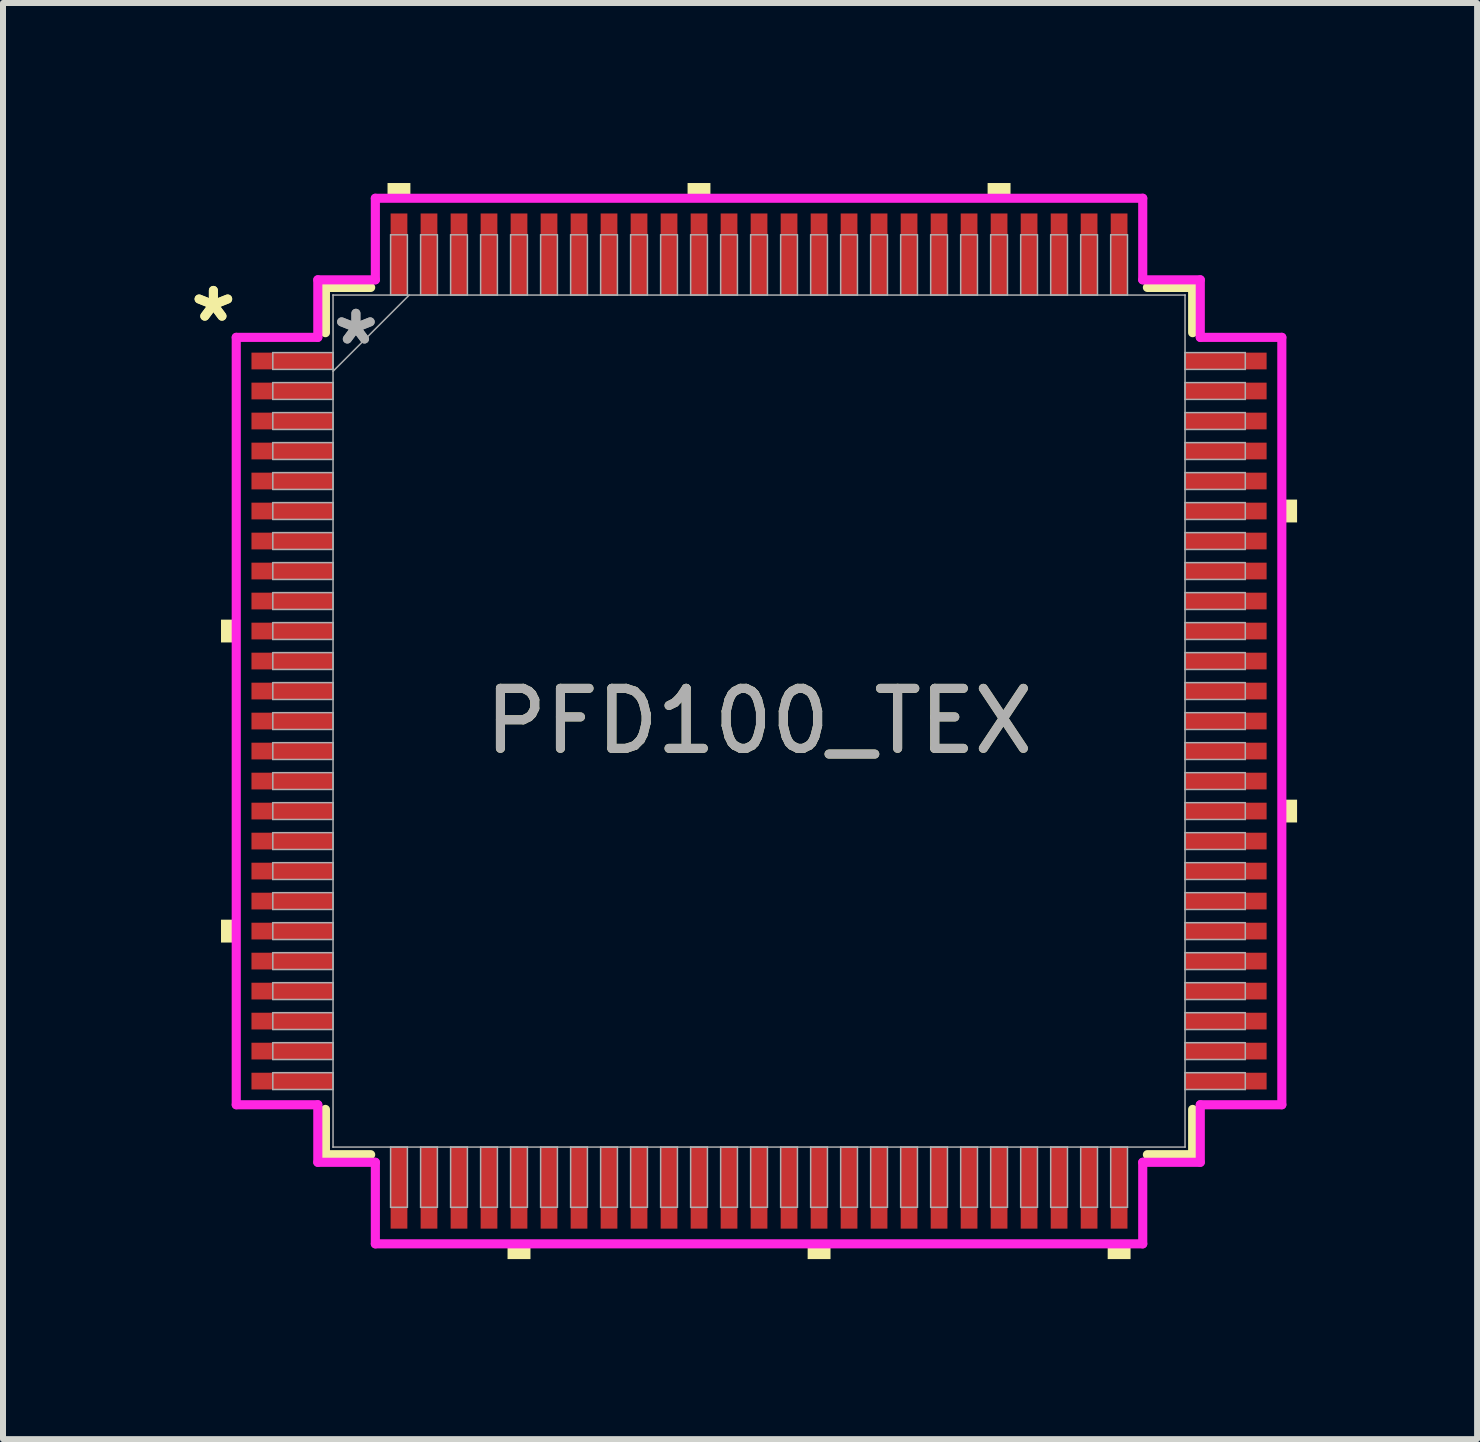
<source format=kicad_pcb>
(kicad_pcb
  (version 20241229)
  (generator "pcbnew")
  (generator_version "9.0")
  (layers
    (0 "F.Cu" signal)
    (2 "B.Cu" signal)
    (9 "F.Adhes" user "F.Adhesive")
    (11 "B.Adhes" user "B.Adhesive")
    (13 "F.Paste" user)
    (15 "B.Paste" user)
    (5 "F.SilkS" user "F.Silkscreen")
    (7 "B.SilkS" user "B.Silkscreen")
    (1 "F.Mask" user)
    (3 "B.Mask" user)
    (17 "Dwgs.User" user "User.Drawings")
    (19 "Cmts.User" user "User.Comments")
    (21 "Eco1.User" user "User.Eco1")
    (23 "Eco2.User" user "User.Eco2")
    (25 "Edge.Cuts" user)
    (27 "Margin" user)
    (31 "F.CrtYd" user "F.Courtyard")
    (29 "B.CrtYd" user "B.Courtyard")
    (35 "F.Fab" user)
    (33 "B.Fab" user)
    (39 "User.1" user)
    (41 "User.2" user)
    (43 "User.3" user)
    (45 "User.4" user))
  (footprint "PFD100_TEX"
    (layer "F.Cu")
    (at 9.599 8.966)
    (property "Reference" "PFD100_TEX" (at 0 0 0) (unlocked yes) (layer "F.SilkS") (effects (font (size 1 1) (thickness 0.15))))
    (attr smd)
    (fp_line (start -7.226 -7.226) (end -7.226 -6.472) (stroke (width 0.152) (type solid)) (layer "F.SilkS"))
    (fp_line (start -7.226 6.472) (end -7.226 7.226) (stroke (width 0.152) (type solid)) (layer "F.SilkS"))
    (fp_line (start -7.226 7.226) (end -6.472 7.226) (stroke (width 0.152) (type solid)) (layer "F.SilkS"))
    (fp_line (start -6.472 -7.226) (end -7.226 -7.226) (stroke (width 0.152) (type solid)) (layer "F.SilkS"))
    (fp_line (start 6.472 7.226) (end 7.226 7.226) (stroke (width 0.152) (type solid)) (layer "F.SilkS"))
    (fp_line (start 7.226 -7.226) (end 6.472 -7.226) (stroke (width 0.152) (type solid)) (layer "F.SilkS"))
    (fp_line (start 7.226 -6.472) (end 7.226 -7.226) (stroke (width 0.152) (type solid)) (layer "F.SilkS"))
    (fp_line (start 7.226 7.226) (end 7.226 6.472) (stroke (width 0.152) (type solid)) (layer "F.SilkS"))
    (fp_poly (pts (xy -8.966 -1.69) (xy -8.966 -1.31) (xy -8.712 -1.31) (xy -8.712 -1.69)) (stroke (width 0) (type solid)) (fill yes) (layer "F.SilkS"))
    (fp_poly (pts (xy -8.966 3.31) (xy -8.966 3.691) (xy -8.712 3.691) (xy -8.712 3.31)) (stroke (width 0) (type solid)) (fill yes) (layer "F.SilkS"))
    (fp_poly (pts (xy -6.191 -8.712) (xy -6.191 -8.966) (xy -5.81 -8.966) (xy -5.81 -8.712)) (stroke (width 0) (type solid)) (fill yes) (layer "F.SilkS"))
    (fp_poly (pts (xy -4.191 8.712) (xy -4.191 8.966) (xy -3.809 8.966) (xy -3.809 8.712)) (stroke (width 0) (type solid)) (fill yes) (layer "F.SilkS"))
    (fp_poly (pts (xy -1.191 -8.712) (xy -1.191 -8.966) (xy -0.81 -8.966) (xy -0.81 -8.712)) (stroke (width 0) (type solid)) (fill yes) (layer "F.SilkS"))
    (fp_poly (pts (xy 0.81 8.712) (xy 0.81 8.966) (xy 1.191 8.966) (xy 1.191 8.712)) (stroke (width 0) (type solid)) (fill yes) (layer "F.SilkS"))
    (fp_poly (pts (xy 3.809 -8.712) (xy 3.809 -8.966) (xy 4.191 -8.966) (xy 4.191 -8.712)) (stroke (width 0) (type solid)) (fill yes) (layer "F.SilkS"))
    (fp_poly (pts (xy 5.81 8.712) (xy 5.81 8.966) (xy 6.191 8.966) (xy 6.191 8.712)) (stroke (width 0) (type solid)) (fill yes) (layer "F.SilkS"))
    (fp_poly (pts (xy 8.966 -3.691) (xy 8.966 -3.31) (xy 8.712 -3.31) (xy 8.712 -3.691)) (stroke (width 0) (type solid)) (fill yes) (layer "F.SilkS"))
    (fp_poly (pts (xy 8.966 1.31) (xy 8.966 1.69) (xy 8.712 1.69) (xy 8.712 1.31)) (stroke (width 0) (type solid)) (fill yes) (layer "F.SilkS"))
    (fp_line (start -8.712 -6.394) (end -7.353 -6.394) (stroke (width 0.152) (type solid)) (layer "F.CrtYd"))
    (fp_line (start -8.712 6.394) (end -8.712 -6.394) (stroke (width 0.152) (type solid)) (layer "F.CrtYd"))
    (fp_line (start -7.353 -7.353) (end -6.394 -7.353) (stroke (width 0.152) (type solid)) (layer "F.CrtYd"))
    (fp_line (start -7.353 -6.394) (end -7.353 -7.353) (stroke (width 0.152) (type solid)) (layer "F.CrtYd"))
    (fp_line (start -7.353 6.394) (end -8.712 6.394) (stroke (width 0.152) (type solid)) (layer "F.CrtYd"))
    (fp_line (start -7.353 7.353) (end -7.353 6.394) (stroke (width 0.152) (type solid)) (layer "F.CrtYd"))
    (fp_line (start -7.353 7.353) (end -6.394 7.353) (stroke (width 0.152) (type solid)) (layer "F.CrtYd"))
    (fp_line (start -6.394 -8.712) (end 6.394 -8.712) (stroke (width 0.152) (type solid)) (layer "F.CrtYd"))
    (fp_line (start -6.394 -7.353) (end -6.394 -8.712) (stroke (width 0.152) (type solid)) (layer "F.CrtYd"))
    (fp_line (start -6.394 7.353) (end -6.394 8.712) (stroke (width 0.152) (type solid)) (layer "F.CrtYd"))
    (fp_line (start -6.394 8.712) (end 6.394 8.712) (stroke (width 0.152) (type solid)) (layer "F.CrtYd"))
    (fp_line (start 6.394 -8.712) (end 6.394 -7.353) (stroke (width 0.152) (type solid)) (layer "F.CrtYd"))
    (fp_line (start 6.394 -7.353) (end 7.353 -7.353) (stroke (width 0.152) (type solid)) (layer "F.CrtYd"))
    (fp_line (start 6.394 7.353) (end 7.353 7.353) (stroke (width 0.152) (type solid)) (layer "F.CrtYd"))
    (fp_line (start 6.394 8.712) (end 6.394 7.353) (stroke (width 0.152) (type solid)) (layer "F.CrtYd"))
    (fp_line (start 7.353 -6.394) (end 7.353 -7.353) (stroke (width 0.152) (type solid)) (layer "F.CrtYd"))
    (fp_line (start 7.353 6.394) (end 8.712 6.394) (stroke (width 0.152) (type solid)) (layer "F.CrtYd"))
    (fp_line (start 7.353 7.353) (end 7.353 6.394) (stroke (width 0.152) (type solid)) (layer "F.CrtYd"))
    (fp_line (start 8.712 -6.394) (end 7.353 -6.394) (stroke (width 0.152) (type solid)) (layer "F.CrtYd"))
    (fp_line (start 8.712 6.394) (end 8.712 -6.394) (stroke (width 0.152) (type solid)) (layer "F.CrtYd"))
    (fp_line (start -8.103 -6.14) (end -8.103 -5.86) (stroke (width 0.025) (type solid)) (layer "F.Fab"))
    (fp_line (start -8.103 -5.86) (end -7.099 -5.86) (stroke (width 0.025) (type solid)) (layer "F.Fab"))
    (fp_line (start -8.103 -5.64) (end -8.103 -5.36) (stroke (width 0.025) (type solid)) (layer "F.Fab"))
    (fp_line (start -8.103 -5.36) (end -7.099 -5.36) (stroke (width 0.025) (type solid)) (layer "F.Fab"))
    (fp_line (start -8.103 -5.14) (end -8.103 -4.86) (stroke (width 0.025) (type solid)) (layer "F.Fab"))
    (fp_line (start -8.103 -4.86) (end -7.099 -4.86) (stroke (width 0.025) (type solid)) (layer "F.Fab"))
    (fp_line (start -8.103 -4.64) (end -8.103 -4.36) (stroke (width 0.025) (type solid)) (layer "F.Fab"))
    (fp_line (start -8.103 -4.36) (end -7.099 -4.36) (stroke (width 0.025) (type solid)) (layer "F.Fab"))
    (fp_line (start -8.103 -4.14) (end -8.103 -3.86) (stroke (width 0.025) (type solid)) (layer "F.Fab"))
    (fp_line (start -8.103 -3.86) (end -7.099 -3.86) (stroke (width 0.025) (type solid)) (layer "F.Fab"))
    (fp_line (start -8.103 -3.64) (end -8.103 -3.36) (stroke (width 0.025) (type solid)) (layer "F.Fab"))
    (fp_line (start -8.103 -3.36) (end -7.099 -3.36) (stroke (width 0.025) (type solid)) (layer "F.Fab"))
    (fp_line (start -8.103 -3.14) (end -8.103 -2.86) (stroke (width 0.025) (type solid)) (layer "F.Fab"))
    (fp_line (start -8.103 -2.86) (end -7.099 -2.86) (stroke (width 0.025) (type solid)) (layer "F.Fab"))
    (fp_line (start -8.103 -2.64) (end -8.103 -2.36) (stroke (width 0.025) (type solid)) (layer "F.Fab"))
    (fp_line (start -8.103 -2.36) (end -7.099 -2.36) (stroke (width 0.025) (type solid)) (layer "F.Fab"))
    (fp_line (start -8.103 -2.14) (end -8.103 -1.86) (stroke (width 0.025) (type solid)) (layer "F.Fab"))
    (fp_line (start -8.103 -1.86) (end -7.099 -1.86) (stroke (width 0.025) (type solid)) (layer "F.Fab"))
    (fp_line (start -8.103 -1.64) (end -8.103 -1.36) (stroke (width 0.025) (type solid)) (layer "F.Fab"))
    (fp_line (start -8.103 -1.36) (end -7.099 -1.36) (stroke (width 0.025) (type solid)) (layer "F.Fab"))
    (fp_line (start -8.103 -1.14) (end -8.103 -0.86) (stroke (width 0.025) (type solid)) (layer "F.Fab"))
    (fp_line (start -8.103 -0.86) (end -7.099 -0.86) (stroke (width 0.025) (type solid)) (layer "F.Fab"))
    (fp_line (start -8.103 -0.64) (end -8.103 -0.36) (stroke (width 0.025) (type solid)) (layer "F.Fab"))
    (fp_line (start -8.103 -0.36) (end -7.099 -0.36) (stroke (width 0.025) (type solid)) (layer "F.Fab"))
    (fp_line (start -8.103 -0.14) (end -8.103 0.14) (stroke (width 0.025) (type solid)) (layer "F.Fab"))
    (fp_line (start -8.103 0.14) (end -7.099 0.14) (stroke (width 0.025) (type solid)) (layer "F.Fab"))
    (fp_line (start -8.103 0.36) (end -8.103 0.64) (stroke (width 0.025) (type solid)) (layer "F.Fab"))
    (fp_line (start -8.103 0.64) (end -7.099 0.64) (stroke (width 0.025) (type solid)) (layer "F.Fab"))
    (fp_line (start -8.103 0.86) (end -8.103 1.14) (stroke (width 0.025) (type solid)) (layer "F.Fab"))
    (fp_line (start -8.103 1.14) (end -7.099 1.14) (stroke (width 0.025) (type solid)) (layer "F.Fab"))
    (fp_line (start -8.103 1.36) (end -8.103 1.64) (stroke (width 0.025) (type solid)) (layer "F.Fab"))
    (fp_line (start -8.103 1.64) (end -7.099 1.64) (stroke (width 0.025) (type solid)) (layer "F.Fab"))
    (fp_line (start -8.103 1.86) (end -8.103 2.14) (stroke (width 0.025) (type solid)) (layer "F.Fab"))
    (fp_line (start -8.103 2.14) (end -7.099 2.14) (stroke (width 0.025) (type solid)) (layer "F.Fab"))
    (fp_line (start -8.103 2.36) (end -8.103 2.64) (stroke (width 0.025) (type solid)) (layer "F.Fab"))
    (fp_line (start -8.103 2.64) (end -7.099 2.64) (stroke (width 0.025) (type solid)) (layer "F.Fab"))
    (fp_line (start -8.103 2.86) (end -8.103 3.14) (stroke (width 0.025) (type solid)) (layer "F.Fab"))
    (fp_line (start -8.103 3.14) (end -7.099 3.14) (stroke (width 0.025) (type solid)) (layer "F.Fab"))
    (fp_line (start -8.103 3.36) (end -8.103 3.64) (stroke (width 0.025) (type solid)) (layer "F.Fab"))
    (fp_line (start -8.103 3.64) (end -7.099 3.64) (stroke (width 0.025) (type solid)) (layer "F.Fab"))
    (fp_line (start -8.103 3.86) (end -8.103 4.14) (stroke (width 0.025) (type solid)) (layer "F.Fab"))
    (fp_line (start -8.103 4.14) (end -7.099 4.14) (stroke (width 0.025) (type solid)) (layer "F.Fab"))
    (fp_line (start -8.103 4.36) (end -8.103 4.64) (stroke (width 0.025) (type solid)) (layer "F.Fab"))
    (fp_line (start -8.103 4.64) (end -7.099 4.64) (stroke (width 0.025) (type solid)) (layer "F.Fab"))
    (fp_line (start -8.103 4.86) (end -8.103 5.14) (stroke (width 0.025) (type solid)) (layer "F.Fab"))
    (fp_line (start -8.103 5.14) (end -7.099 5.14) (stroke (width 0.025) (type solid)) (layer "F.Fab"))
    (fp_line (start -8.103 5.36) (end -8.103 5.64) (stroke (width 0.025) (type solid)) (layer "F.Fab"))
    (fp_line (start -8.103 5.64) (end -7.099 5.64) (stroke (width 0.025) (type solid)) (layer "F.Fab"))
    (fp_line (start -8.103 5.86) (end -8.103 6.14) (stroke (width 0.025) (type solid)) (layer "F.Fab"))
    (fp_line (start -8.103 6.14) (end -7.099 6.14) (stroke (width 0.025) (type solid)) (layer "F.Fab"))
    (fp_line (start -7.099 -7.099) (end -7.099 -7.099) (stroke (width 0.025) (type solid)) (layer "F.Fab"))
    (fp_line (start -7.099 -7.099) (end -7.099 7.099) (stroke (width 0.025) (type solid)) (layer "F.Fab"))
    (fp_line (start -7.099 -6.14) (end -8.103 -6.14) (stroke (width 0.025) (type solid)) (layer "F.Fab"))
    (fp_line (start -7.099 -5.86) (end -7.099 -6.14) (stroke (width 0.025) (type solid)) (layer "F.Fab"))
    (fp_line (start -7.099 -5.829) (end -5.829 -7.099) (stroke (width 0.025) (type solid)) (layer "F.Fab"))
    (fp_line (start -7.099 -5.64) (end -8.103 -5.64) (stroke (width 0.025) (type solid)) (layer "F.Fab"))
    (fp_line (start -7.099 -5.36) (end -7.099 -5.64) (stroke (width 0.025) (type solid)) (layer "F.Fab"))
    (fp_line (start -7.099 -5.14) (end -8.103 -5.14) (stroke (width 0.025) (type solid)) (layer "F.Fab"))
    (fp_line (start -7.099 -4.86) (end -7.099 -5.14) (stroke (width 0.025) (type solid)) (layer "F.Fab"))
    (fp_line (start -7.099 -4.64) (end -8.103 -4.64) (stroke (width 0.025) (type solid)) (layer "F.Fab"))
    (fp_line (start -7.099 -4.36) (end -7.099 -4.64) (stroke (width 0.025) (type solid)) (layer "F.Fab"))
    (fp_line (start -7.099 -4.14) (end -8.103 -4.14) (stroke (width 0.025) (type solid)) (layer "F.Fab"))
    (fp_line (start -7.099 -3.86) (end -7.099 -4.14) (stroke (width 0.025) (type solid)) (layer "F.Fab"))
    (fp_line (start -7.099 -3.64) (end -8.103 -3.64) (stroke (width 0.025) (type solid)) (layer "F.Fab"))
    (fp_line (start -7.099 -3.36) (end -7.099 -3.64) (stroke (width 0.025) (type solid)) (layer "F.Fab"))
    (fp_line (start -7.099 -3.14) (end -8.103 -3.14) (stroke (width 0.025) (type solid)) (layer "F.Fab"))
    (fp_line (start -7.099 -2.86) (end -7.099 -3.14) (stroke (width 0.025) (type solid)) (layer "F.Fab"))
    (fp_line (start -7.099 -2.64) (end -8.103 -2.64) (stroke (width 0.025) (type solid)) (layer "F.Fab"))
    (fp_line (start -7.099 -2.36) (end -7.099 -2.64) (stroke (width 0.025) (type solid)) (layer "F.Fab"))
    (fp_line (start -7.099 -2.14) (end -8.103 -2.14) (stroke (width 0.025) (type solid)) (layer "F.Fab"))
    (fp_line (start -7.099 -1.86) (end -7.099 -2.14) (stroke (width 0.025) (type solid)) (layer "F.Fab"))
    (fp_line (start -7.099 -1.64) (end -8.103 -1.64) (stroke (width 0.025) (type solid)) (layer "F.Fab"))
    (fp_line (start -7.099 -1.36) (end -7.099 -1.64) (stroke (width 0.025) (type solid)) (layer "F.Fab"))
    (fp_line (start -7.099 -1.14) (end -8.103 -1.14) (stroke (width 0.025) (type solid)) (layer "F.Fab"))
    (fp_line (start -7.099 -0.86) (end -7.099 -1.14) (stroke (width 0.025) (type solid)) (layer "F.Fab"))
    (fp_line (start -7.099 -0.64) (end -8.103 -0.64) (stroke (width 0.025) (type solid)) (layer "F.Fab"))
    (fp_line (start -7.099 -0.36) (end -7.099 -0.64) (stroke (width 0.025) (type solid)) (layer "F.Fab"))
    (fp_line (start -7.099 -0.14) (end -8.103 -0.14) (stroke (width 0.025) (type solid)) (layer "F.Fab"))
    (fp_line (start -7.099 0.14) (end -7.099 -0.14) (stroke (width 0.025) (type solid)) (layer "F.Fab"))
    (fp_line (start -7.099 0.36) (end -8.103 0.36) (stroke (width 0.025) (type solid)) (layer "F.Fab"))
    (fp_line (start -7.099 0.64) (end -7.099 0.36) (stroke (width 0.025) (type solid)) (layer "F.Fab"))
    (fp_line (start -7.099 0.86) (end -8.103 0.86) (stroke (width 0.025) (type solid)) (layer "F.Fab"))
    (fp_line (start -7.099 1.14) (end -7.099 0.86) (stroke (width 0.025) (type solid)) (layer "F.Fab"))
    (fp_line (start -7.099 1.36) (end -8.103 1.36) (stroke (width 0.025) (type solid)) (layer "F.Fab"))
    (fp_line (start -7.099 1.64) (end -7.099 1.36) (stroke (width 0.025) (type solid)) (layer "F.Fab"))
    (fp_line (start -7.099 1.86) (end -8.103 1.86) (stroke (width 0.025) (type solid)) (layer "F.Fab"))
    (fp_line (start -7.099 2.14) (end -7.099 1.86) (stroke (width 0.025) (type solid)) (layer "F.Fab"))
    (fp_line (start -7.099 2.36) (end -8.103 2.36) (stroke (width 0.025) (type solid)) (layer "F.Fab"))
    (fp_line (start -7.099 2.64) (end -7.099 2.36) (stroke (width 0.025) (type solid)) (layer "F.Fab"))
    (fp_line (start -7.099 2.86) (end -8.103 2.86) (stroke (width 0.025) (type solid)) (layer "F.Fab"))
    (fp_line (start -7.099 3.14) (end -7.099 2.86) (stroke (width 0.025) (type solid)) (layer "F.Fab"))
    (fp_line (start -7.099 3.36) (end -8.103 3.36) (stroke (width 0.025) (type solid)) (layer "F.Fab"))
    (fp_line (start -7.099 3.64) (end -7.099 3.36) (stroke (width 0.025) (type solid)) (layer "F.Fab"))
    (fp_line (start -7.099 3.86) (end -8.103 3.86) (stroke (width 0.025) (type solid)) (layer "F.Fab"))
    (fp_line (start -7.099 4.14) (end -7.099 3.86) (stroke (width 0.025) (type solid)) (layer "F.Fab"))
    (fp_line (start -7.099 4.36) (end -8.103 4.36) (stroke (width 0.025) (type solid)) (layer "F.Fab"))
    (fp_line (start -7.099 4.64) (end -7.099 4.36) (stroke (width 0.025) (type solid)) (layer "F.Fab"))
    (fp_line (start -7.099 4.86) (end -8.103 4.86) (stroke (width 0.025) (type solid)) (layer "F.Fab"))
    (fp_line (start -7.099 5.14) (end -7.099 4.86) (stroke (width 0.025) (type solid)) (layer "F.Fab"))
    (fp_line (start -7.099 5.36) (end -8.103 5.36) (stroke (width 0.025) (type solid)) (layer "F.Fab"))
    (fp_line (start -7.099 5.64) (end -7.099 5.36) (stroke (width 0.025) (type solid)) (layer "F.Fab"))
    (fp_line (start -7.099 5.86) (end -8.103 5.86) (stroke (width 0.025) (type solid)) (layer "F.Fab"))
    (fp_line (start -7.099 6.14) (end -7.099 5.86) (stroke (width 0.025) (type solid)) (layer "F.Fab"))
    (fp_line (start -7.099 7.099) (end -7.099 7.099) (stroke (width 0.025) (type solid)) (layer "F.Fab"))
    (fp_line (start -7.099 7.099) (end 7.099 7.099) (stroke (width 0.025) (type solid)) (layer "F.Fab"))
    (fp_line (start -6.14 -8.103) (end -6.14 -7.099) (stroke (width 0.025) (type solid)) (layer "F.Fab"))
    (fp_line (start -6.14 -7.099) (end -5.86 -7.099) (stroke (width 0.025) (type solid)) (layer "F.Fab"))
    (fp_line (start -6.14 7.099) (end -6.14 8.103) (stroke (width 0.025) (type solid)) (layer "F.Fab"))
    (fp_line (start -6.14 8.103) (end -5.86 8.103) (stroke (width 0.025) (type solid)) (layer "F.Fab"))
    (fp_line (start -5.86 -8.103) (end -6.14 -8.103) (stroke (width 0.025) (type solid)) (layer "F.Fab"))
    (fp_line (start -5.86 -7.099) (end -5.86 -8.103) (stroke (width 0.025) (type solid)) (layer "F.Fab"))
    (fp_line (start -5.86 7.099) (end -6.14 7.099) (stroke (width 0.025) (type solid)) (layer "F.Fab"))
    (fp_line (start -5.86 8.103) (end -5.86 7.099) (stroke (width 0.025) (type solid)) (layer "F.Fab"))
    (fp_line (start -5.64 -8.103) (end -5.64 -7.099) (stroke (width 0.025) (type solid)) (layer "F.Fab"))
    (fp_line (start -5.64 -7.099) (end -5.36 -7.099) (stroke (width 0.025) (type solid)) (layer "F.Fab"))
    (fp_line (start -5.64 7.099) (end -5.64 8.103) (stroke (width 0.025) (type solid)) (layer "F.Fab"))
    (fp_line (start -5.64 8.103) (end -5.36 8.103) (stroke (width 0.025) (type solid)) (layer "F.Fab"))
    (fp_line (start -5.36 -8.103) (end -5.64 -8.103) (stroke (width 0.025) (type solid)) (layer "F.Fab"))
    (fp_line (start -5.36 -7.099) (end -5.36 -8.103) (stroke (width 0.025) (type solid)) (layer "F.Fab"))
    (fp_line (start -5.36 7.099) (end -5.64 7.099) (stroke (width 0.025) (type solid)) (layer "F.Fab"))
    (fp_line (start -5.36 8.103) (end -5.36 7.099) (stroke (width 0.025) (type solid)) (layer "F.Fab"))
    (fp_line (start -5.14 -8.103) (end -5.14 -7.099) (stroke (width 0.025) (type solid)) (layer "F.Fab"))
    (fp_line (start -5.14 -7.099) (end -4.86 -7.099) (stroke (width 0.025) (type solid)) (layer "F.Fab"))
    (fp_line (start -5.14 7.099) (end -5.14 8.103) (stroke (width 0.025) (type solid)) (layer "F.Fab"))
    (fp_line (start -5.14 8.103) (end -4.86 8.103) (stroke (width 0.025) (type solid)) (layer "F.Fab"))
    (fp_line (start -4.86 -8.103) (end -5.14 -8.103) (stroke (width 0.025) (type solid)) (layer "F.Fab"))
    (fp_line (start -4.86 -7.099) (end -4.86 -8.103) (stroke (width 0.025) (type solid)) (layer "F.Fab"))
    (fp_line (start -4.86 7.099) (end -5.14 7.099) (stroke (width 0.025) (type solid)) (layer "F.Fab"))
    (fp_line (start -4.86 8.103) (end -4.86 7.099) (stroke (width 0.025) (type solid)) (layer "F.Fab"))
    (fp_line (start -4.64 -8.103) (end -4.64 -7.099) (stroke (width 0.025) (type solid)) (layer "F.Fab"))
    (fp_line (start -4.64 -7.099) (end -4.36 -7.099) (stroke (width 0.025) (type solid)) (layer "F.Fab"))
    (fp_line (start -4.64 7.099) (end -4.64 8.103) (stroke (width 0.025) (type solid)) (layer "F.Fab"))
    (fp_line (start -4.64 8.103) (end -4.36 8.103) (stroke (width 0.025) (type solid)) (layer "F.Fab"))
    (fp_line (start -4.36 -8.103) (end -4.64 -8.103) (stroke (width 0.025) (type solid)) (layer "F.Fab"))
    (fp_line (start -4.36 -7.099) (end -4.36 -8.103) (stroke (width 0.025) (type solid)) (layer "F.Fab"))
    (fp_line (start -4.36 7.099) (end -4.64 7.099) (stroke (width 0.025) (type solid)) (layer "F.Fab"))
    (fp_line (start -4.36 8.103) (end -4.36 7.099) (stroke (width 0.025) (type solid)) (layer "F.Fab"))
    (fp_line (start -4.14 -8.103) (end -4.14 -7.099) (stroke (width 0.025) (type solid)) (layer "F.Fab"))
    (fp_line (start -4.14 -7.099) (end -3.86 -7.099) (stroke (width 0.025) (type solid)) (layer "F.Fab"))
    (fp_line (start -4.14 7.099) (end -4.14 8.103) (stroke (width 0.025) (type solid)) (layer "F.Fab"))
    (fp_line (start -4.14 8.103) (end -3.86 8.103) (stroke (width 0.025) (type solid)) (layer "F.Fab"))
    (fp_line (start -3.86 -8.103) (end -4.14 -8.103) (stroke (width 0.025) (type solid)) (layer "F.Fab"))
    (fp_line (start -3.86 -7.099) (end -3.86 -8.103) (stroke (width 0.025) (type solid)) (layer "F.Fab"))
    (fp_line (start -3.86 7.099) (end -4.14 7.099) (stroke (width 0.025) (type solid)) (layer "F.Fab"))
    (fp_line (start -3.86 8.103) (end -3.86 7.099) (stroke (width 0.025) (type solid)) (layer "F.Fab"))
    (fp_line (start -3.64 -8.103) (end -3.64 -7.099) (stroke (width 0.025) (type solid)) (layer "F.Fab"))
    (fp_line (start -3.64 -7.099) (end -3.36 -7.099) (stroke (width 0.025) (type solid)) (layer "F.Fab"))
    (fp_line (start -3.64 7.099) (end -3.64 8.103) (stroke (width 0.025) (type solid)) (layer "F.Fab"))
    (fp_line (start -3.64 8.103) (end -3.36 8.103) (stroke (width 0.025) (type solid)) (layer "F.Fab"))
    (fp_line (start -3.36 -8.103) (end -3.64 -8.103) (stroke (width 0.025) (type solid)) (layer "F.Fab"))
    (fp_line (start -3.36 -7.099) (end -3.36 -8.103) (stroke (width 0.025) (type solid)) (layer "F.Fab"))
    (fp_line (start -3.36 7.099) (end -3.64 7.099) (stroke (width 0.025) (type solid)) (layer "F.Fab"))
    (fp_line (start -3.36 8.103) (end -3.36 7.099) (stroke (width 0.025) (type solid)) (layer "F.Fab"))
    (fp_line (start -3.14 -8.103) (end -3.14 -7.099) (stroke (width 0.025) (type solid)) (layer "F.Fab"))
    (fp_line (start -3.14 -7.099) (end -2.86 -7.099) (stroke (width 0.025) (type solid)) (layer "F.Fab"))
    (fp_line (start -3.14 7.099) (end -3.14 8.103) (stroke (width 0.025) (type solid)) (layer "F.Fab"))
    (fp_line (start -3.14 8.103) (end -2.86 8.103) (stroke (width 0.025) (type solid)) (layer "F.Fab"))
    (fp_line (start -2.86 -8.103) (end -3.14 -8.103) (stroke (width 0.025) (type solid)) (layer "F.Fab"))
    (fp_line (start -2.86 -7.099) (end -2.86 -8.103) (stroke (width 0.025) (type solid)) (layer "F.Fab"))
    (fp_line (start -2.86 7.099) (end -3.14 7.099) (stroke (width 0.025) (type solid)) (layer "F.Fab"))
    (fp_line (start -2.86 8.103) (end -2.86 7.099) (stroke (width 0.025) (type solid)) (layer "F.Fab"))
    (fp_line (start -2.64 -8.103) (end -2.64 -7.099) (stroke (width 0.025) (type solid)) (layer "F.Fab"))
    (fp_line (start -2.64 -7.099) (end -2.36 -7.099) (stroke (width 0.025) (type solid)) (layer "F.Fab"))
    (fp_line (start -2.64 7.099) (end -2.64 8.103) (stroke (width 0.025) (type solid)) (layer "F.Fab"))
    (fp_line (start -2.64 8.103) (end -2.36 8.103) (stroke (width 0.025) (type solid)) (layer "F.Fab"))
    (fp_line (start -2.36 -8.103) (end -2.64 -8.103) (stroke (width 0.025) (type solid)) (layer "F.Fab"))
    (fp_line (start -2.36 -7.099) (end -2.36 -8.103) (stroke (width 0.025) (type solid)) (layer "F.Fab"))
    (fp_line (start -2.36 7.099) (end -2.64 7.099) (stroke (width 0.025) (type solid)) (layer "F.Fab"))
    (fp_line (start -2.36 8.103) (end -2.36 7.099) (stroke (width 0.025) (type solid)) (layer "F.Fab"))
    (fp_line (start -2.14 -8.103) (end -2.14 -7.099) (stroke (width 0.025) (type solid)) (layer "F.Fab"))
    (fp_line (start -2.14 -7.099) (end -1.86 -7.099) (stroke (width 0.025) (type solid)) (layer "F.Fab"))
    (fp_line (start -2.14 7.099) (end -2.14 8.103) (stroke (width 0.025) (type solid)) (layer "F.Fab"))
    (fp_line (start -2.14 8.103) (end -1.86 8.103) (stroke (width 0.025) (type solid)) (layer "F.Fab"))
    (fp_line (start -1.86 -8.103) (end -2.14 -8.103) (stroke (width 0.025) (type solid)) (layer "F.Fab"))
    (fp_line (start -1.86 -7.099) (end -1.86 -8.103) (stroke (width 0.025) (type solid)) (layer "F.Fab"))
    (fp_line (start -1.86 7.099) (end -2.14 7.099) (stroke (width 0.025) (type solid)) (layer "F.Fab"))
    (fp_line (start -1.86 8.103) (end -1.86 7.099) (stroke (width 0.025) (type solid)) (layer "F.Fab"))
    (fp_line (start -1.64 -8.103) (end -1.64 -7.099) (stroke (width 0.025) (type solid)) (layer "F.Fab"))
    (fp_line (start -1.64 -7.099) (end -1.36 -7.099) (stroke (width 0.025) (type solid)) (layer "F.Fab"))
    (fp_line (start -1.64 7.099) (end -1.64 8.103) (stroke (width 0.025) (type solid)) (layer "F.Fab"))
    (fp_line (start -1.64 8.103) (end -1.36 8.103) (stroke (width 0.025) (type solid)) (layer "F.Fab"))
    (fp_line (start -1.36 -8.103) (end -1.64 -8.103) (stroke (width 0.025) (type solid)) (layer "F.Fab"))
    (fp_line (start -1.36 -7.099) (end -1.36 -8.103) (stroke (width 0.025) (type solid)) (layer "F.Fab"))
    (fp_line (start -1.36 7.099) (end -1.64 7.099) (stroke (width 0.025) (type solid)) (layer "F.Fab"))
    (fp_line (start -1.36 8.103) (end -1.36 7.099) (stroke (width 0.025) (type solid)) (layer "F.Fab"))
    (fp_line (start -1.14 -8.103) (end -1.14 -7.099) (stroke (width 0.025) (type solid)) (layer "F.Fab"))
    (fp_line (start -1.14 -7.099) (end -0.86 -7.099) (stroke (width 0.025) (type solid)) (layer "F.Fab"))
    (fp_line (start -1.14 7.099) (end -1.14 8.103) (stroke (width 0.025) (type solid)) (layer "F.Fab"))
    (fp_line (start -1.14 8.103) (end -0.86 8.103) (stroke (width 0.025) (type solid)) (layer "F.Fab"))
    (fp_line (start -0.86 -8.103) (end -1.14 -8.103) (stroke (width 0.025) (type solid)) (layer "F.Fab"))
    (fp_line (start -0.86 -7.099) (end -0.86 -8.103) (stroke (width 0.025) (type solid)) (layer "F.Fab"))
    (fp_line (start -0.86 7.099) (end -1.14 7.099) (stroke (width 0.025) (type solid)) (layer "F.Fab"))
    (fp_line (start -0.86 8.103) (end -0.86 7.099) (stroke (width 0.025) (type solid)) (layer "F.Fab"))
    (fp_line (start -0.64 -8.103) (end -0.64 -7.099) (stroke (width 0.025) (type solid)) (layer "F.Fab"))
    (fp_line (start -0.64 -7.099) (end -0.36 -7.099) (stroke (width 0.025) (type solid)) (layer "F.Fab"))
    (fp_line (start -0.64 7.099) (end -0.64 8.103) (stroke (width 0.025) (type solid)) (layer "F.Fab"))
    (fp_line (start -0.64 8.103) (end -0.36 8.103) (stroke (width 0.025) (type solid)) (layer "F.Fab"))
    (fp_line (start -0.36 -8.103) (end -0.64 -8.103) (stroke (width 0.025) (type solid)) (layer "F.Fab"))
    (fp_line (start -0.36 -7.099) (end -0.36 -8.103) (stroke (width 0.025) (type solid)) (layer "F.Fab"))
    (fp_line (start -0.36 7.099) (end -0.64 7.099) (stroke (width 0.025) (type solid)) (layer "F.Fab"))
    (fp_line (start -0.36 8.103) (end -0.36 7.099) (stroke (width 0.025) (type solid)) (layer "F.Fab"))
    (fp_line (start -0.14 -8.103) (end -0.14 -7.099) (stroke (width 0.025) (type solid)) (layer "F.Fab"))
    (fp_line (start -0.14 -7.099) (end 0.14 -7.099) (stroke (width 0.025) (type solid)) (layer "F.Fab"))
    (fp_line (start -0.14 7.099) (end -0.14 8.103) (stroke (width 0.025) (type solid)) (layer "F.Fab"))
    (fp_line (start -0.14 8.103) (end 0.14 8.103) (stroke (width 0.025) (type solid)) (layer "F.Fab"))
    (fp_line (start 0.14 -8.103) (end -0.14 -8.103) (stroke (width 0.025) (type solid)) (layer "F.Fab"))
    (fp_line (start 0.14 -7.099) (end 0.14 -8.103) (stroke (width 0.025) (type solid)) (layer "F.Fab"))
    (fp_line (start 0.14 7.099) (end -0.14 7.099) (stroke (width 0.025) (type solid)) (layer "F.Fab"))
    (fp_line (start 0.14 8.103) (end 0.14 7.099) (stroke (width 0.025) (type solid)) (layer "F.Fab"))
    (fp_line (start 0.36 -8.103) (end 0.36 -7.099) (stroke (width 0.025) (type solid)) (layer "F.Fab"))
    (fp_line (start 0.36 -7.099) (end 0.64 -7.099) (stroke (width 0.025) (type solid)) (layer "F.Fab"))
    (fp_line (start 0.36 7.099) (end 0.36 8.103) (stroke (width 0.025) (type solid)) (layer "F.Fab"))
    (fp_line (start 0.36 8.103) (end 0.64 8.103) (stroke (width 0.025) (type solid)) (layer "F.Fab"))
    (fp_line (start 0.64 -8.103) (end 0.36 -8.103) (stroke (width 0.025) (type solid)) (layer "F.Fab"))
    (fp_line (start 0.64 -7.099) (end 0.64 -8.103) (stroke (width 0.025) (type solid)) (layer "F.Fab"))
    (fp_line (start 0.64 7.099) (end 0.36 7.099) (stroke (width 0.025) (type solid)) (layer "F.Fab"))
    (fp_line (start 0.64 8.103) (end 0.64 7.099) (stroke (width 0.025) (type solid)) (layer "F.Fab"))
    (fp_line (start 0.86 -8.103) (end 0.86 -7.099) (stroke (width 0.025) (type solid)) (layer "F.Fab"))
    (fp_line (start 0.86 -7.099) (end 1.14 -7.099) (stroke (width 0.025) (type solid)) (layer "F.Fab"))
    (fp_line (start 0.86 7.099) (end 0.86 8.103) (stroke (width 0.025) (type solid)) (layer "F.Fab"))
    (fp_line (start 0.86 8.103) (end 1.14 8.103) (stroke (width 0.025) (type solid)) (layer "F.Fab"))
    (fp_line (start 1.14 -8.103) (end 0.86 -8.103) (stroke (width 0.025) (type solid)) (layer "F.Fab"))
    (fp_line (start 1.14 -7.099) (end 1.14 -8.103) (stroke (width 0.025) (type solid)) (layer "F.Fab"))
    (fp_line (start 1.14 7.099) (end 0.86 7.099) (stroke (width 0.025) (type solid)) (layer "F.Fab"))
    (fp_line (start 1.14 8.103) (end 1.14 7.099) (stroke (width 0.025) (type solid)) (layer "F.Fab"))
    (fp_line (start 1.36 -8.103) (end 1.36 -7.099) (stroke (width 0.025) (type solid)) (layer "F.Fab"))
    (fp_line (start 1.36 -7.099) (end 1.64 -7.099) (stroke (width 0.025) (type solid)) (layer "F.Fab"))
    (fp_line (start 1.36 7.099) (end 1.36 8.103) (stroke (width 0.025) (type solid)) (layer "F.Fab"))
    (fp_line (start 1.36 8.103) (end 1.64 8.103) (stroke (width 0.025) (type solid)) (layer "F.Fab"))
    (fp_line (start 1.64 -8.103) (end 1.36 -8.103) (stroke (width 0.025) (type solid)) (layer "F.Fab"))
    (fp_line (start 1.64 -7.099) (end 1.64 -8.103) (stroke (width 0.025) (type solid)) (layer "F.Fab"))
    (fp_line (start 1.64 7.099) (end 1.36 7.099) (stroke (width 0.025) (type solid)) (layer "F.Fab"))
    (fp_line (start 1.64 8.103) (end 1.64 7.099) (stroke (width 0.025) (type solid)) (layer "F.Fab"))
    (fp_line (start 1.86 -8.103) (end 1.86 -7.099) (stroke (width 0.025) (type solid)) (layer "F.Fab"))
    (fp_line (start 1.86 -7.099) (end 2.14 -7.099) (stroke (width 0.025) (type solid)) (layer "F.Fab"))
    (fp_line (start 1.86 7.099) (end 1.86 8.103) (stroke (width 0.025) (type solid)) (layer "F.Fab"))
    (fp_line (start 1.86 8.103) (end 2.14 8.103) (stroke (width 0.025) (type solid)) (layer "F.Fab"))
    (fp_line (start 2.14 -8.103) (end 1.86 -8.103) (stroke (width 0.025) (type solid)) (layer "F.Fab"))
    (fp_line (start 2.14 -7.099) (end 2.14 -8.103) (stroke (width 0.025) (type solid)) (layer "F.Fab"))
    (fp_line (start 2.14 7.099) (end 1.86 7.099) (stroke (width 0.025) (type solid)) (layer "F.Fab"))
    (fp_line (start 2.14 8.103) (end 2.14 7.099) (stroke (width 0.025) (type solid)) (layer "F.Fab"))
    (fp_line (start 2.36 -8.103) (end 2.36 -7.099) (stroke (width 0.025) (type solid)) (layer "F.Fab"))
    (fp_line (start 2.36 -7.099) (end 2.64 -7.099) (stroke (width 0.025) (type solid)) (layer "F.Fab"))
    (fp_line (start 2.36 7.099) (end 2.36 8.103) (stroke (width 0.025) (type solid)) (layer "F.Fab"))
    (fp_line (start 2.36 8.103) (end 2.64 8.103) (stroke (width 0.025) (type solid)) (layer "F.Fab"))
    (fp_line (start 2.64 -8.103) (end 2.36 -8.103) (stroke (width 0.025) (type solid)) (layer "F.Fab"))
    (fp_line (start 2.64 -7.099) (end 2.64 -8.103) (stroke (width 0.025) (type solid)) (layer "F.Fab"))
    (fp_line (start 2.64 7.099) (end 2.36 7.099) (stroke (width 0.025) (type solid)) (layer "F.Fab"))
    (fp_line (start 2.64 8.103) (end 2.64 7.099) (stroke (width 0.025) (type solid)) (layer "F.Fab"))
    (fp_line (start 2.86 -8.103) (end 2.86 -7.099) (stroke (width 0.025) (type solid)) (layer "F.Fab"))
    (fp_line (start 2.86 -7.099) (end 3.14 -7.099) (stroke (width 0.025) (type solid)) (layer "F.Fab"))
    (fp_line (start 2.86 7.099) (end 2.86 8.103) (stroke (width 0.025) (type solid)) (layer "F.Fab"))
    (fp_line (start 2.86 8.103) (end 3.14 8.103) (stroke (width 0.025) (type solid)) (layer "F.Fab"))
    (fp_line (start 3.14 -8.103) (end 2.86 -8.103) (stroke (width 0.025) (type solid)) (layer "F.Fab"))
    (fp_line (start 3.14 -7.099) (end 3.14 -8.103) (stroke (width 0.025) (type solid)) (layer "F.Fab"))
    (fp_line (start 3.14 7.099) (end 2.86 7.099) (stroke (width 0.025) (type solid)) (layer "F.Fab"))
    (fp_line (start 3.14 8.103) (end 3.14 7.099) (stroke (width 0.025) (type solid)) (layer "F.Fab"))
    (fp_line (start 3.36 -8.103) (end 3.36 -7.099) (stroke (width 0.025) (type solid)) (layer "F.Fab"))
    (fp_line (start 3.36 -7.099) (end 3.64 -7.099) (stroke (width 0.025) (type solid)) (layer "F.Fab"))
    (fp_line (start 3.36 7.099) (end 3.36 8.103) (stroke (width 0.025) (type solid)) (layer "F.Fab"))
    (fp_line (start 3.36 8.103) (end 3.64 8.103) (stroke (width 0.025) (type solid)) (layer "F.Fab"))
    (fp_line (start 3.64 -8.103) (end 3.36 -8.103) (stroke (width 0.025) (type solid)) (layer "F.Fab"))
    (fp_line (start 3.64 -7.099) (end 3.64 -8.103) (stroke (width 0.025) (type solid)) (layer "F.Fab"))
    (fp_line (start 3.64 7.099) (end 3.36 7.099) (stroke (width 0.025) (type solid)) (layer "F.Fab"))
    (fp_line (start 3.64 8.103) (end 3.64 7.099) (stroke (width 0.025) (type solid)) (layer "F.Fab"))
    (fp_line (start 3.86 -8.103) (end 3.86 -7.099) (stroke (width 0.025) (type solid)) (layer "F.Fab"))
    (fp_line (start 3.86 -7.099) (end 4.14 -7.099) (stroke (width 0.025) (type solid)) (layer "F.Fab"))
    (fp_line (start 3.86 7.099) (end 3.86 8.103) (stroke (width 0.025) (type solid)) (layer "F.Fab"))
    (fp_line (start 3.86 8.103) (end 4.14 8.103) (stroke (width 0.025) (type solid)) (layer "F.Fab"))
    (fp_line (start 4.14 -8.103) (end 3.86 -8.103) (stroke (width 0.025) (type solid)) (layer "F.Fab"))
    (fp_line (start 4.14 -7.099) (end 4.14 -8.103) (stroke (width 0.025) (type solid)) (layer "F.Fab"))
    (fp_line (start 4.14 7.099) (end 3.86 7.099) (stroke (width 0.025) (type solid)) (layer "F.Fab"))
    (fp_line (start 4.14 8.103) (end 4.14 7.099) (stroke (width 0.025) (type solid)) (layer "F.Fab"))
    (fp_line (start 4.36 -8.103) (end 4.36 -7.099) (stroke (width 0.025) (type solid)) (layer "F.Fab"))
    (fp_line (start 4.36 -7.099) (end 4.64 -7.099) (stroke (width 0.025) (type solid)) (layer "F.Fab"))
    (fp_line (start 4.36 7.099) (end 4.36 8.103) (stroke (width 0.025) (type solid)) (layer "F.Fab"))
    (fp_line (start 4.36 8.103) (end 4.64 8.103) (stroke (width 0.025) (type solid)) (layer "F.Fab"))
    (fp_line (start 4.64 -8.103) (end 4.36 -8.103) (stroke (width 0.025) (type solid)) (layer "F.Fab"))
    (fp_line (start 4.64 -7.099) (end 4.64 -8.103) (stroke (width 0.025) (type solid)) (layer "F.Fab"))
    (fp_line (start 4.64 7.099) (end 4.36 7.099) (stroke (width 0.025) (type solid)) (layer "F.Fab"))
    (fp_line (start 4.64 8.103) (end 4.64 7.099) (stroke (width 0.025) (type solid)) (layer "F.Fab"))
    (fp_line (start 4.86 -8.103) (end 4.86 -7.099) (stroke (width 0.025) (type solid)) (layer "F.Fab"))
    (fp_line (start 4.86 -7.099) (end 5.14 -7.099) (stroke (width 0.025) (type solid)) (layer "F.Fab"))
    (fp_line (start 4.86 7.099) (end 4.86 8.103) (stroke (width 0.025) (type solid)) (layer "F.Fab"))
    (fp_line (start 4.86 8.103) (end 5.14 8.103) (stroke (width 0.025) (type solid)) (layer "F.Fab"))
    (fp_line (start 5.14 -8.103) (end 4.86 -8.103) (stroke (width 0.025) (type solid)) (layer "F.Fab"))
    (fp_line (start 5.14 -7.099) (end 5.14 -8.103) (stroke (width 0.025) (type solid)) (layer "F.Fab"))
    (fp_line (start 5.14 7.099) (end 4.86 7.099) (stroke (width 0.025) (type solid)) (layer "F.Fab"))
    (fp_line (start 5.14 8.103) (end 5.14 7.099) (stroke (width 0.025) (type solid)) (layer "F.Fab"))
    (fp_line (start 5.36 -8.103) (end 5.36 -7.099) (stroke (width 0.025) (type solid)) (layer "F.Fab"))
    (fp_line (start 5.36 -7.099) (end 5.64 -7.099) (stroke (width 0.025) (type solid)) (layer "F.Fab"))
    (fp_line (start 5.36 7.099) (end 5.36 8.103) (stroke (width 0.025) (type solid)) (layer "F.Fab"))
    (fp_line (start 5.36 8.103) (end 5.64 8.103) (stroke (width 0.025) (type solid)) (layer "F.Fab"))
    (fp_line (start 5.64 -8.103) (end 5.36 -8.103) (stroke (width 0.025) (type solid)) (layer "F.Fab"))
    (fp_line (start 5.64 -7.099) (end 5.64 -8.103) (stroke (width 0.025) (type solid)) (layer "F.Fab"))
    (fp_line (start 5.64 7.099) (end 5.36 7.099) (stroke (width 0.025) (type solid)) (layer "F.Fab"))
    (fp_line (start 5.64 8.103) (end 5.64 7.099) (stroke (width 0.025) (type solid)) (layer "F.Fab"))
    (fp_line (start 5.86 -8.103) (end 5.86 -7.099) (stroke (width 0.025) (type solid)) (layer "F.Fab"))
    (fp_line (start 5.86 -7.099) (end 6.14 -7.099) (stroke (width 0.025) (type solid)) (layer "F.Fab"))
    (fp_line (start 5.86 7.099) (end 5.86 8.103) (stroke (width 0.025) (type solid)) (layer "F.Fab"))
    (fp_line (start 5.86 8.103) (end 6.14 8.103) (stroke (width 0.025) (type solid)) (layer "F.Fab"))
    (fp_line (start 6.14 -8.103) (end 5.86 -8.103) (stroke (width 0.025) (type solid)) (layer "F.Fab"))
    (fp_line (start 6.14 -7.099) (end 6.14 -8.103) (stroke (width 0.025) (type solid)) (layer "F.Fab"))
    (fp_line (start 6.14 7.099) (end 5.86 7.099) (stroke (width 0.025) (type solid)) (layer "F.Fab"))
    (fp_line (start 6.14 8.103) (end 6.14 7.099) (stroke (width 0.025) (type solid)) (layer "F.Fab"))
    (fp_line (start 7.099 -7.099) (end -7.099 -7.099) (stroke (width 0.025) (type solid)) (layer "F.Fab"))
    (fp_line (start 7.099 -7.099) (end 7.099 -7.099) (stroke (width 0.025) (type solid)) (layer "F.Fab"))
    (fp_line (start 7.099 -6.14) (end 7.099 -5.86) (stroke (width 0.025) (type solid)) (layer "F.Fab"))
    (fp_line (start 7.099 -5.86) (end 8.103 -5.86) (stroke (width 0.025) (type solid)) (layer "F.Fab"))
    (fp_line (start 7.099 -5.64) (end 7.099 -5.36) (stroke (width 0.025) (type solid)) (layer "F.Fab"))
    (fp_line (start 7.099 -5.36) (end 8.103 -5.36) (stroke (width 0.025) (type solid)) (layer "F.Fab"))
    (fp_line (start 7.099 -5.14) (end 7.099 -4.86) (stroke (width 0.025) (type solid)) (layer "F.Fab"))
    (fp_line (start 7.099 -4.86) (end 8.103 -4.86) (stroke (width 0.025) (type solid)) (layer "F.Fab"))
    (fp_line (start 7.099 -4.64) (end 7.099 -4.36) (stroke (width 0.025) (type solid)) (layer "F.Fab"))
    (fp_line (start 7.099 -4.36) (end 8.103 -4.36) (stroke (width 0.025) (type solid)) (layer "F.Fab"))
    (fp_line (start 7.099 -4.14) (end 7.099 -3.86) (stroke (width 0.025) (type solid)) (layer "F.Fab"))
    (fp_line (start 7.099 -3.86) (end 8.103 -3.86) (stroke (width 0.025) (type solid)) (layer "F.Fab"))
    (fp_line (start 7.099 -3.64) (end 7.099 -3.36) (stroke (width 0.025) (type solid)) (layer "F.Fab"))
    (fp_line (start 7.099 -3.36) (end 8.103 -3.36) (stroke (width 0.025) (type solid)) (layer "F.Fab"))
    (fp_line (start 7.099 -3.14) (end 7.099 -2.86) (stroke (width 0.025) (type solid)) (layer "F.Fab"))
    (fp_line (start 7.099 -2.86) (end 8.103 -2.86) (stroke (width 0.025) (type solid)) (layer "F.Fab"))
    (fp_line (start 7.099 -2.64) (end 7.099 -2.36) (stroke (width 0.025) (type solid)) (layer "F.Fab"))
    (fp_line (start 7.099 -2.36) (end 8.103 -2.36) (stroke (width 0.025) (type solid)) (layer "F.Fab"))
    (fp_line (start 7.099 -2.14) (end 7.099 -1.86) (stroke (width 0.025) (type solid)) (layer "F.Fab"))
    (fp_line (start 7.099 -1.86) (end 8.103 -1.86) (stroke (width 0.025) (type solid)) (layer "F.Fab"))
    (fp_line (start 7.099 -1.64) (end 7.099 -1.36) (stroke (width 0.025) (type solid)) (layer "F.Fab"))
    (fp_line (start 7.099 -1.36) (end 8.103 -1.36) (stroke (width 0.025) (type solid)) (layer "F.Fab"))
    (fp_line (start 7.099 -1.14) (end 7.099 -0.86) (stroke (width 0.025) (type solid)) (layer "F.Fab"))
    (fp_line (start 7.099 -0.86) (end 8.103 -0.86) (stroke (width 0.025) (type solid)) (layer "F.Fab"))
    (fp_line (start 7.099 -0.64) (end 7.099 -0.36) (stroke (width 0.025) (type solid)) (layer "F.Fab"))
    (fp_line (start 7.099 -0.36) (end 8.103 -0.36) (stroke (width 0.025) (type solid)) (layer "F.Fab"))
    (fp_line (start 7.099 -0.14) (end 7.099 0.14) (stroke (width 0.025) (type solid)) (layer "F.Fab"))
    (fp_line (start 7.099 0.14) (end 8.103 0.14) (stroke (width 0.025) (type solid)) (layer "F.Fab"))
    (fp_line (start 7.099 0.36) (end 7.099 0.64) (stroke (width 0.025) (type solid)) (layer "F.Fab"))
    (fp_line (start 7.099 0.64) (end 8.103 0.64) (stroke (width 0.025) (type solid)) (layer "F.Fab"))
    (fp_line (start 7.099 0.86) (end 7.099 1.14) (stroke (width 0.025) (type solid)) (layer "F.Fab"))
    (fp_line (start 7.099 1.14) (end 8.103 1.14) (stroke (width 0.025) (type solid)) (layer "F.Fab"))
    (fp_line (start 7.099 1.36) (end 7.099 1.64) (stroke (width 0.025) (type solid)) (layer "F.Fab"))
    (fp_line (start 7.099 1.64) (end 8.103 1.64) (stroke (width 0.025) (type solid)) (layer "F.Fab"))
    (fp_line (start 7.099 1.86) (end 7.099 2.14) (stroke (width 0.025) (type solid)) (layer "F.Fab"))
    (fp_line (start 7.099 2.14) (end 8.103 2.14) (stroke (width 0.025) (type solid)) (layer "F.Fab"))
    (fp_line (start 7.099 2.36) (end 7.099 2.64) (stroke (width 0.025) (type solid)) (layer "F.Fab"))
    (fp_line (start 7.099 2.64) (end 8.103 2.64) (stroke (width 0.025) (type solid)) (layer "F.Fab"))
    (fp_line (start 7.099 2.86) (end 7.099 3.14) (stroke (width 0.025) (type solid)) (layer "F.Fab"))
    (fp_line (start 7.099 3.14) (end 8.103 3.14) (stroke (width 0.025) (type solid)) (layer "F.Fab"))
    (fp_line (start 7.099 3.36) (end 7.099 3.64) (stroke (width 0.025) (type solid)) (layer "F.Fab"))
    (fp_line (start 7.099 3.64) (end 8.103 3.64) (stroke (width 0.025) (type solid)) (layer "F.Fab"))
    (fp_line (start 7.099 3.86) (end 7.099 4.14) (stroke (width 0.025) (type solid)) (layer "F.Fab"))
    (fp_line (start 7.099 4.14) (end 8.103 4.14) (stroke (width 0.025) (type solid)) (layer "F.Fab"))
    (fp_line (start 7.099 4.36) (end 7.099 4.64) (stroke (width 0.025) (type solid)) (layer "F.Fab"))
    (fp_line (start 7.099 4.64) (end 8.103 4.64) (stroke (width 0.025) (type solid)) (layer "F.Fab"))
    (fp_line (start 7.099 4.86) (end 7.099 5.14) (stroke (width 0.025) (type solid)) (layer "F.Fab"))
    (fp_line (start 7.099 5.14) (end 8.103 5.14) (stroke (width 0.025) (type solid)) (layer "F.Fab"))
    (fp_line (start 7.099 5.36) (end 7.099 5.64) (stroke (width 0.025) (type solid)) (layer "F.Fab"))
    (fp_line (start 7.099 5.64) (end 8.103 5.64) (stroke (width 0.025) (type solid)) (layer "F.Fab"))
    (fp_line (start 7.099 5.86) (end 7.099 6.14) (stroke (width 0.025) (type solid)) (layer "F.Fab"))
    (fp_line (start 7.099 6.14) (end 8.103 6.14) (stroke (width 0.025) (type solid)) (layer "F.Fab"))
    (fp_line (start 7.099 7.099) (end 7.099 -7.099) (stroke (width 0.025) (type solid)) (layer "F.Fab"))
    (fp_line (start 7.099 7.099) (end 7.099 7.099) (stroke (width 0.025) (type solid)) (layer "F.Fab"))
    (fp_line (start 8.103 -6.14) (end 7.099 -6.14) (stroke (width 0.025) (type solid)) (layer "F.Fab"))
    (fp_line (start 8.103 -5.86) (end 8.103 -6.14) (stroke (width 0.025) (type solid)) (layer "F.Fab"))
    (fp_line (start 8.103 -5.64) (end 7.099 -5.64) (stroke (width 0.025) (type solid)) (layer "F.Fab"))
    (fp_line (start 8.103 -5.36) (end 8.103 -5.64) (stroke (width 0.025) (type solid)) (layer "F.Fab"))
    (fp_line (start 8.103 -5.14) (end 7.099 -5.14) (stroke (width 0.025) (type solid)) (layer "F.Fab"))
    (fp_line (start 8.103 -4.86) (end 8.103 -5.14) (stroke (width 0.025) (type solid)) (layer "F.Fab"))
    (fp_line (start 8.103 -4.64) (end 7.099 -4.64) (stroke (width 0.025) (type solid)) (layer "F.Fab"))
    (fp_line (start 8.103 -4.36) (end 8.103 -4.64) (stroke (width 0.025) (type solid)) (layer "F.Fab"))
    (fp_line (start 8.103 -4.14) (end 7.099 -4.14) (stroke (width 0.025) (type solid)) (layer "F.Fab"))
    (fp_line (start 8.103 -3.86) (end 8.103 -4.14) (stroke (width 0.025) (type solid)) (layer "F.Fab"))
    (fp_line (start 8.103 -3.64) (end 7.099 -3.64) (stroke (width 0.025) (type solid)) (layer "F.Fab"))
    (fp_line (start 8.103 -3.36) (end 8.103 -3.64) (stroke (width 0.025) (type solid)) (layer "F.Fab"))
    (fp_line (start 8.103 -3.14) (end 7.099 -3.14) (stroke (width 0.025) (type solid)) (layer "F.Fab"))
    (fp_line (start 8.103 -2.86) (end 8.103 -3.14) (stroke (width 0.025) (type solid)) (layer "F.Fab"))
    (fp_line (start 8.103 -2.64) (end 7.099 -2.64) (stroke (width 0.025) (type solid)) (layer "F.Fab"))
    (fp_line (start 8.103 -2.36) (end 8.103 -2.64) (stroke (width 0.025) (type solid)) (layer "F.Fab"))
    (fp_line (start 8.103 -2.14) (end 7.099 -2.14) (stroke (width 0.025) (type solid)) (layer "F.Fab"))
    (fp_line (start 8.103 -1.86) (end 8.103 -2.14) (stroke (width 0.025) (type solid)) (layer "F.Fab"))
    (fp_line (start 8.103 -1.64) (end 7.099 -1.64) (stroke (width 0.025) (type solid)) (layer "F.Fab"))
    (fp_line (start 8.103 -1.36) (end 8.103 -1.64) (stroke (width 0.025) (type solid)) (layer "F.Fab"))
    (fp_line (start 8.103 -1.14) (end 7.099 -1.14) (stroke (width 0.025) (type solid)) (layer "F.Fab"))
    (fp_line (start 8.103 -0.86) (end 8.103 -1.14) (stroke (width 0.025) (type solid)) (layer "F.Fab"))
    (fp_line (start 8.103 -0.64) (end 7.099 -0.64) (stroke (width 0.025) (type solid)) (layer "F.Fab"))
    (fp_line (start 8.103 -0.36) (end 8.103 -0.64) (stroke (width 0.025) (type solid)) (layer "F.Fab"))
    (fp_line (start 8.103 -0.14) (end 7.099 -0.14) (stroke (width 0.025) (type solid)) (layer "F.Fab"))
    (fp_line (start 8.103 0.14) (end 8.103 -0.14) (stroke (width 0.025) (type solid)) (layer "F.Fab"))
    (fp_line (start 8.103 0.36) (end 7.099 0.36) (stroke (width 0.025) (type solid)) (layer "F.Fab"))
    (fp_line (start 8.103 0.64) (end 8.103 0.36) (stroke (width 0.025) (type solid)) (layer "F.Fab"))
    (fp_line (start 8.103 0.86) (end 7.099 0.86) (stroke (width 0.025) (type solid)) (layer "F.Fab"))
    (fp_line (start 8.103 1.14) (end 8.103 0.86) (stroke (width 0.025) (type solid)) (layer "F.Fab"))
    (fp_line (start 8.103 1.36) (end 7.099 1.36) (stroke (width 0.025) (type solid)) (layer "F.Fab"))
    (fp_line (start 8.103 1.64) (end 8.103 1.36) (stroke (width 0.025) (type solid)) (layer "F.Fab"))
    (fp_line (start 8.103 1.86) (end 7.099 1.86) (stroke (width 0.025) (type solid)) (layer "F.Fab"))
    (fp_line (start 8.103 2.14) (end 8.103 1.86) (stroke (width 0.025) (type solid)) (layer "F.Fab"))
    (fp_line (start 8.103 2.36) (end 7.099 2.36) (stroke (width 0.025) (type solid)) (layer "F.Fab"))
    (fp_line (start 8.103 2.64) (end 8.103 2.36) (stroke (width 0.025) (type solid)) (layer "F.Fab"))
    (fp_line (start 8.103 2.86) (end 7.099 2.86) (stroke (width 0.025) (type solid)) (layer "F.Fab"))
    (fp_line (start 8.103 3.14) (end 8.103 2.86) (stroke (width 0.025) (type solid)) (layer "F.Fab"))
    (fp_line (start 8.103 3.36) (end 7.099 3.36) (stroke (width 0.025) (type solid)) (layer "F.Fab"))
    (fp_line (start 8.103 3.64) (end 8.103 3.36) (stroke (width 0.025) (type solid)) (layer "F.Fab"))
    (fp_line (start 8.103 3.86) (end 7.099 3.86) (stroke (width 0.025) (type solid)) (layer "F.Fab"))
    (fp_line (start 8.103 4.14) (end 8.103 3.86) (stroke (width 0.025) (type solid)) (layer "F.Fab"))
    (fp_line (start 8.103 4.36) (end 7.099 4.36) (stroke (width 0.025) (type solid)) (layer "F.Fab"))
    (fp_line (start 8.103 4.64) (end 8.103 4.36) (stroke (width 0.025) (type solid)) (layer "F.Fab"))
    (fp_line (start 8.103 4.86) (end 7.099 4.86) (stroke (width 0.025) (type solid)) (layer "F.Fab"))
    (fp_line (start 8.103 5.14) (end 8.103 4.86) (stroke (width 0.025) (type solid)) (layer "F.Fab"))
    (fp_line (start 8.103 5.36) (end 7.099 5.36) (stroke (width 0.025) (type solid)) (layer "F.Fab"))
    (fp_line (start 8.103 5.64) (end 8.103 5.36) (stroke (width 0.025) (type solid)) (layer "F.Fab"))
    (fp_line (start 8.103 5.86) (end 7.099 5.86) (stroke (width 0.025) (type solid)) (layer "F.Fab"))
    (fp_line (start 8.103 6.14) (end 8.103 5.86) (stroke (width 0.025) (type solid)) (layer "F.Fab"))
    (fp_text user "*" (at -9.093 -6.631 0) (layer "F.SilkS") (effects (font (size 1 1) (thickness 0.15))))
    (fp_text user "*" (at -9.093 -6.631 0) (unlocked yes) (layer "F.SilkS") (effects (font (size 1 1) (thickness 0.15))))
    (fp_text user "*" (at -6.718 -6.25 0) (unlocked yes) (layer "F.Fab") (effects (font (size 1 1) (thickness 0.15))))
    (fp_text user "${REFERENCE}" (at 0 0 0) (unlocked yes) (layer "F.Fab") (effects (font (size 1 1) (thickness 0.15))))
    (fp_text user "*" (at -6.718 -6.25 0) (layer "F.Fab") (effects (font (size 1 1) (thickness 0.15))))
    (pad "1" smd rect (at -7.779 -6 90) (size 0.279 1.359) (layers "F.Cu" "F.Mask" "F.Paste"))
    (pad "2" smd rect (at -7.779 -5.5 90) (size 0.279 1.359) (layers "F.Cu" "F.Mask" "F.Paste"))
    (pad "3" smd rect (at -7.779 -5 90) (size 0.279 1.359) (layers "F.Cu" "F.Mask" "F.Paste"))
    (pad "4" smd rect (at -7.779 -4.5 90) (size 0.279 1.359) (layers "F.Cu" "F.Mask" "F.Paste"))
    (pad "5" smd rect (at -7.779 -4 90) (size 0.279 1.359) (layers "F.Cu" "F.Mask" "F.Paste"))
    (pad "6" smd rect (at -7.779 -3.5 90) (size 0.279 1.359) (layers "F.Cu" "F.Mask" "F.Paste"))
    (pad "7" smd rect (at -7.779 -3 90) (size 0.279 1.359) (layers "F.Cu" "F.Mask" "F.Paste"))
    (pad "8" smd rect (at -7.779 -2.5 90) (size 0.279 1.359) (layers "F.Cu" "F.Mask" "F.Paste"))
    (pad "9" smd rect (at -7.779 -2 90) (size 0.279 1.359) (layers "F.Cu" "F.Mask" "F.Paste"))
    (pad "10" smd rect (at -7.779 -1.5 90) (size 0.279 1.359) (layers "F.Cu" "F.Mask" "F.Paste"))
    (pad "11" smd rect (at -7.779 -1 90) (size 0.279 1.359) (layers "F.Cu" "F.Mask" "F.Paste"))
    (pad "12" smd rect (at -7.779 -0.5 90) (size 0.279 1.359) (layers "F.Cu" "F.Mask" "F.Paste"))
    (pad "13" smd rect (at -7.779 0 90) (size 0.279 1.359) (layers "F.Cu" "F.Mask" "F.Paste"))
    (pad "14" smd rect (at -7.779 0.5 90) (size 0.279 1.359) (layers "F.Cu" "F.Mask" "F.Paste"))
    (pad "15" smd rect (at -7.779 1 90) (size 0.279 1.359) (layers "F.Cu" "F.Mask" "F.Paste"))
    (pad "16" smd rect (at -7.779 1.5 90) (size 0.279 1.359) (layers "F.Cu" "F.Mask" "F.Paste"))
    (pad "17" smd rect (at -7.779 2 90) (size 0.279 1.359) (layers "F.Cu" "F.Mask" "F.Paste"))
    (pad "18" smd rect (at -7.779 2.5 90) (size 0.279 1.359) (layers "F.Cu" "F.Mask" "F.Paste"))
    (pad "19" smd rect (at -7.779 3 90) (size 0.279 1.359) (layers "F.Cu" "F.Mask" "F.Paste"))
    (pad "20" smd rect (at -7.779 3.5 90) (size 0.279 1.359) (layers "F.Cu" "F.Mask" "F.Paste"))
    (pad "21" smd rect (at -7.779 4 90) (size 0.279 1.359) (layers "F.Cu" "F.Mask" "F.Paste"))
    (pad "22" smd rect (at -7.779 4.5 90) (size 0.279 1.359) (layers "F.Cu" "F.Mask" "F.Paste"))
    (pad "23" smd rect (at -7.779 5 90) (size 0.279 1.359) (layers "F.Cu" "F.Mask" "F.Paste"))
    (pad "24" smd rect (at -7.779 5.5 90) (size 0.279 1.359) (layers "F.Cu" "F.Mask" "F.Paste"))
    (pad "25" smd rect (at -7.779 6 90) (size 0.279 1.359) (layers "F.Cu" "F.Mask" "F.Paste"))
    (pad "26" smd rect (at -6 7.779) (size 0.279 1.359) (layers "F.Cu" "F.Mask" "F.Paste"))
    (pad "27" smd rect (at -5.5 7.779) (size 0.279 1.359) (layers "F.Cu" "F.Mask" "F.Paste"))
    (pad "28" smd rect (at -5 7.779) (size 0.279 1.359) (layers "F.Cu" "F.Mask" "F.Paste"))
    (pad "29" smd rect (at -4.5 7.779) (size 0.279 1.359) (layers "F.Cu" "F.Mask" "F.Paste"))
    (pad "30" smd rect (at -4 7.779) (size 0.279 1.359) (layers "F.Cu" "F.Mask" "F.Paste"))
    (pad "31" smd rect (at -3.5 7.779) (size 0.279 1.359) (layers "F.Cu" "F.Mask" "F.Paste"))
    (pad "32" smd rect (at -3 7.779) (size 0.279 1.359) (layers "F.Cu" "F.Mask" "F.Paste"))
    (pad "33" smd rect (at -2.5 7.779) (size 0.279 1.359) (layers "F.Cu" "F.Mask" "F.Paste"))
    (pad "34" smd rect (at -2 7.779) (size 0.279 1.359) (layers "F.Cu" "F.Mask" "F.Paste"))
    (pad "35" smd rect (at -1.5 7.779) (size 0.279 1.359) (layers "F.Cu" "F.Mask" "F.Paste"))
    (pad "36" smd rect (at -1 7.779) (size 0.279 1.359) (layers "F.Cu" "F.Mask" "F.Paste"))
    (pad "37" smd rect (at -0.5 7.779) (size 0.279 1.359) (layers "F.Cu" "F.Mask" "F.Paste"))
    (pad "38" smd rect (at 0 7.779) (size 0.279 1.359) (layers "F.Cu" "F.Mask" "F.Paste"))
    (pad "39" smd rect (at 0.5 7.779) (size 0.279 1.359) (layers "F.Cu" "F.Mask" "F.Paste"))
    (pad "40" smd rect (at 1 7.779) (size 0.279 1.359) (layers "F.Cu" "F.Mask" "F.Paste"))
    (pad "41" smd rect (at 1.5 7.779) (size 0.279 1.359) (layers "F.Cu" "F.Mask" "F.Paste"))
    (pad "42" smd rect (at 2 7.779) (size 0.279 1.359) (layers "F.Cu" "F.Mask" "F.Paste"))
    (pad "43" smd rect (at 2.5 7.779) (size 0.279 1.359) (layers "F.Cu" "F.Mask" "F.Paste"))
    (pad "44" smd rect (at 3 7.779) (size 0.279 1.359) (layers "F.Cu" "F.Mask" "F.Paste"))
    (pad "45" smd rect (at 3.5 7.779) (size 0.279 1.359) (layers "F.Cu" "F.Mask" "F.Paste"))
    (pad "46" smd rect (at 4 7.779) (size 0.279 1.359) (layers "F.Cu" "F.Mask" "F.Paste"))
    (pad "47" smd rect (at 4.5 7.779) (size 0.279 1.359) (layers "F.Cu" "F.Mask" "F.Paste"))
    (pad "48" smd rect (at 5 7.779) (size 0.279 1.359) (layers "F.Cu" "F.Mask" "F.Paste"))
    (pad "49" smd rect (at 5.5 7.779) (size 0.279 1.359) (layers "F.Cu" "F.Mask" "F.Paste"))
    (pad "50" smd rect (at 6 7.779) (size 0.279 1.359) (layers "F.Cu" "F.Mask" "F.Paste"))
    (pad "51" smd rect (at 7.779 6 90) (size 0.279 1.359) (layers "F.Cu" "F.Mask" "F.Paste"))
    (pad "52" smd rect (at 7.779 5.5 90) (size 0.279 1.359) (layers "F.Cu" "F.Mask" "F.Paste"))
    (pad "53" smd rect (at 7.779 5 90) (size 0.279 1.359) (layers "F.Cu" "F.Mask" "F.Paste"))
    (pad "54" smd rect (at 7.779 4.5 90) (size 0.279 1.359) (layers "F.Cu" "F.Mask" "F.Paste"))
    (pad "55" smd rect (at 7.779 4 90) (size 0.279 1.359) (layers "F.Cu" "F.Mask" "F.Paste"))
    (pad "56" smd rect (at 7.779 3.5 90) (size 0.279 1.359) (layers "F.Cu" "F.Mask" "F.Paste"))
    (pad "57" smd rect (at 7.779 3 90) (size 0.279 1.359) (layers "F.Cu" "F.Mask" "F.Paste"))
    (pad "58" smd rect (at 7.779 2.5 90) (size 0.279 1.359) (layers "F.Cu" "F.Mask" "F.Paste"))
    (pad "59" smd rect (at 7.779 2 90) (size 0.279 1.359) (layers "F.Cu" "F.Mask" "F.Paste"))
    (pad "60" smd rect (at 7.779 1.5 90) (size 0.279 1.359) (layers "F.Cu" "F.Mask" "F.Paste"))
    (pad "61" smd rect (at 7.779 1 90) (size 0.279 1.359) (layers "F.Cu" "F.Mask" "F.Paste"))
    (pad "62" smd rect (at 7.779 0.5 90) (size 0.279 1.359) (layers "F.Cu" "F.Mask" "F.Paste"))
    (pad "63" smd rect (at 7.779 0 90) (size 0.279 1.359) (layers "F.Cu" "F.Mask" "F.Paste"))
    (pad "64" smd rect (at 7.779 -0.5 90) (size 0.279 1.359) (layers "F.Cu" "F.Mask" "F.Paste"))
    (pad "65" smd rect (at 7.779 -1 90) (size 0.279 1.359) (layers "F.Cu" "F.Mask" "F.Paste"))
    (pad "66" smd rect (at 7.779 -1.5 90) (size 0.279 1.359) (layers "F.Cu" "F.Mask" "F.Paste"))
    (pad "67" smd rect (at 7.779 -2 90) (size 0.279 1.359) (layers "F.Cu" "F.Mask" "F.Paste"))
    (pad "68" smd rect (at 7.779 -2.5 90) (size 0.279 1.359) (layers "F.Cu" "F.Mask" "F.Paste"))
    (pad "69" smd rect (at 7.779 -3 90) (size 0.279 1.359) (layers "F.Cu" "F.Mask" "F.Paste"))
    (pad "70" smd rect (at 7.779 -3.5 90) (size 0.279 1.359) (layers "F.Cu" "F.Mask" "F.Paste"))
    (pad "71" smd rect (at 7.779 -4 90) (size 0.279 1.359) (layers "F.Cu" "F.Mask" "F.Paste"))
    (pad "72" smd rect (at 7.779 -4.5 90) (size 0.279 1.359) (layers "F.Cu" "F.Mask" "F.Paste"))
    (pad "73" smd rect (at 7.779 -5 90) (size 0.279 1.359) (layers "F.Cu" "F.Mask" "F.Paste"))
    (pad "74" smd rect (at 7.779 -5.5 90) (size 0.279 1.359) (layers "F.Cu" "F.Mask" "F.Paste"))
    (pad "75" smd rect (at 7.779 -6 90) (size 0.279 1.359) (layers "F.Cu" "F.Mask" "F.Paste"))
    (pad "76" smd rect (at 6 -7.779) (size 0.279 1.359) (layers "F.Cu" "F.Mask" "F.Paste"))
    (pad "77" smd rect (at 5.5 -7.779) (size 0.279 1.359) (layers "F.Cu" "F.Mask" "F.Paste"))
    (pad "78" smd rect (at 5 -7.779) (size 0.279 1.359) (layers "F.Cu" "F.Mask" "F.Paste"))
    (pad "79" smd rect (at 4.5 -7.779) (size 0.279 1.359) (layers "F.Cu" "F.Mask" "F.Paste"))
    (pad "80" smd rect (at 4 -7.779) (size 0.279 1.359) (layers "F.Cu" "F.Mask" "F.Paste"))
    (pad "81" smd rect (at 3.5 -7.779) (size 0.279 1.359) (layers "F.Cu" "F.Mask" "F.Paste"))
    (pad "82" smd rect (at 3 -7.779) (size 0.279 1.359) (layers "F.Cu" "F.Mask" "F.Paste"))
    (pad "83" smd rect (at 2.5 -7.779) (size 0.279 1.359) (layers "F.Cu" "F.Mask" "F.Paste"))
    (pad "84" smd rect (at 2 -7.779) (size 0.279 1.359) (layers "F.Cu" "F.Mask" "F.Paste"))
    (pad "85" smd rect (at 1.5 -7.779) (size 0.279 1.359) (layers "F.Cu" "F.Mask" "F.Paste"))
    (pad "86" smd rect (at 1 -7.779) (size 0.279 1.359) (layers "F.Cu" "F.Mask" "F.Paste"))
    (pad "87" smd rect (at 0.5 -7.779) (size 0.279 1.359) (layers "F.Cu" "F.Mask" "F.Paste"))
    (pad "88" smd rect (at 0 -7.779) (size 0.279 1.359) (layers "F.Cu" "F.Mask" "F.Paste"))
    (pad "89" smd rect (at -0.5 -7.779) (size 0.279 1.359) (layers "F.Cu" "F.Mask" "F.Paste"))
    (pad "90" smd rect (at -1 -7.779) (size 0.279 1.359) (layers "F.Cu" "F.Mask" "F.Paste"))
    (pad "91" smd rect (at -1.5 -7.779) (size 0.279 1.359) (layers "F.Cu" "F.Mask" "F.Paste"))
    (pad "92" smd rect (at -2 -7.779) (size 0.279 1.359) (layers "F.Cu" "F.Mask" "F.Paste"))
    (pad "93" smd rect (at -2.5 -7.779) (size 0.279 1.359) (layers "F.Cu" "F.Mask" "F.Paste"))
    (pad "94" smd rect (at -3 -7.779) (size 0.279 1.359) (layers "F.Cu" "F.Mask" "F.Paste"))
    (pad "95" smd rect (at -3.5 -7.779) (size 0.279 1.359) (layers "F.Cu" "F.Mask" "F.Paste"))
    (pad "96" smd rect (at -4 -7.779) (size 0.279 1.359) (layers "F.Cu" "F.Mask" "F.Paste"))
    (pad "97" smd rect (at -4.5 -7.779) (size 0.279 1.359) (layers "F.Cu" "F.Mask" "F.Paste"))
    (pad "98" smd rect (at -5 -7.779) (size 0.279 1.359) (layers "F.Cu" "F.Mask" "F.Paste"))
    (pad "99" smd rect (at -5.5 -7.779) (size 0.279 1.359) (layers "F.Cu" "F.Mask" "F.Paste"))
    (pad "100" smd rect (at -6 -7.779) (size 0.279 1.359) (layers "F.Cu" "F.Mask" "F.Paste")))
  (gr_rect
    (start -3 -3)
    (end 21.565 20.932)
    (stroke (width 0.1) (type default))
    (fill no)
    (layer "Edge.Cuts")))
</source>
